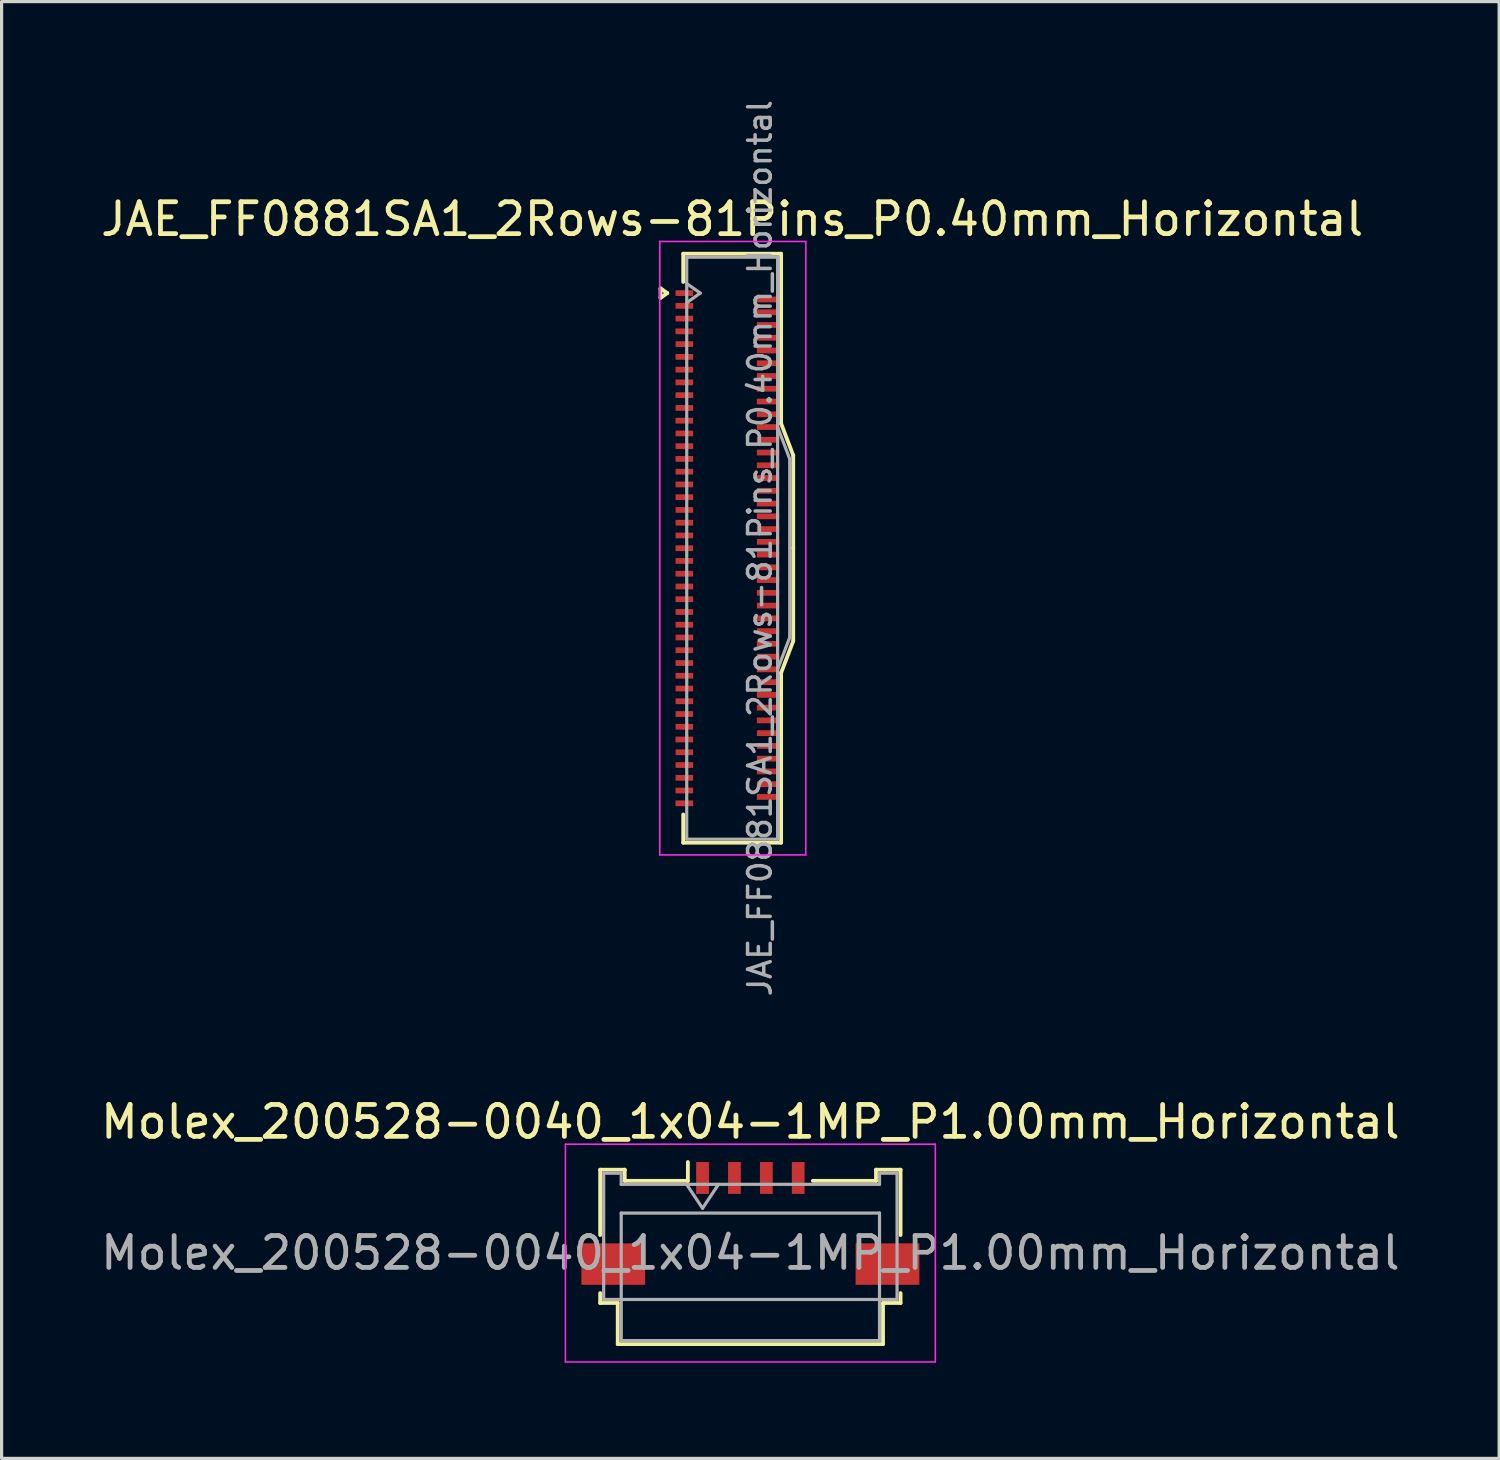
<source format=kicad_pcb>
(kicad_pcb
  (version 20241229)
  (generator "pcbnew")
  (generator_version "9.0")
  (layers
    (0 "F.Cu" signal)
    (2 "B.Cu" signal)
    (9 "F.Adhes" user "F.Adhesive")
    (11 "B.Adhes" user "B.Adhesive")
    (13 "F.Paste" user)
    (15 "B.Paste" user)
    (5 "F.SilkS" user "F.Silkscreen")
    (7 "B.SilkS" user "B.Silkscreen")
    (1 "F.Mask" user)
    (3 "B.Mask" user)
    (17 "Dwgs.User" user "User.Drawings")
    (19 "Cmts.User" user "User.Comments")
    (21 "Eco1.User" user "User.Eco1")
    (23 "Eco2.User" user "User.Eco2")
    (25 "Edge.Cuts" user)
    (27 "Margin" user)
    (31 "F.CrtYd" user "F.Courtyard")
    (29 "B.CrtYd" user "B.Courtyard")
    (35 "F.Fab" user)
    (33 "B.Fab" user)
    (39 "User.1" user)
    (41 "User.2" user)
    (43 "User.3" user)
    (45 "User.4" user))
  (footprint "JAE_FF0881SA1_2Rows-81Pins_P0.40mm_Horizontal"
    (layer "F.Cu")
    (at 19.761 14.142)
    (property "Reference" "JAE_FF0881SA1_2Rows-81Pins_P0.40mm_Horizontal" (at 0.15 -10.32 0) (layer "F.SilkS") (effects (font (size 1 1) (thickness 0.15))))
    (attr smd)
    (fp_line (start -2.097 -8.15) (end -1.885 -8) (stroke (width 0.12) (type solid)) (layer "F.SilkS"))
    (fp_line (start -2.097 -7.85) (end -2.097 -8.15) (stroke (width 0.12) (type solid)) (layer "F.SilkS"))
    (fp_line (start -1.885 -8) (end -2.097 -7.85) (stroke (width 0.12) (type solid)) (layer "F.SilkS"))
    (fp_line (start -1.385 -9.235) (end 1.685 -9.235) (stroke (width 0.12) (type solid)) (layer "F.SilkS"))
    (fp_line (start -1.385 -8.35) (end -1.385 -9.235) (stroke (width 0.12) (type solid)) (layer "F.SilkS"))
    (fp_line (start -1.385 8.35) (end -1.385 9.235) (stroke (width 0.12) (type solid)) (layer "F.SilkS"))
    (fp_line (start -1.385 9.235) (end 1.685 9.235) (stroke (width 0.12) (type solid)) (layer "F.SilkS"))
    (fp_line (start 1.685 -9.235) (end 1.685 -3.91) (stroke (width 0.12) (type solid)) (layer "F.SilkS"))
    (fp_line (start 1.685 -3.91) (end 2.065 -2.91) (stroke (width 0.12) (type solid)) (layer "F.SilkS"))
    (fp_line (start 1.685 3.91) (end 2.065 2.91) (stroke (width 0.12) (type solid)) (layer "F.SilkS"))
    (fp_line (start 1.685 9.235) (end 1.685 3.91) (stroke (width 0.12) (type solid)) (layer "F.SilkS"))
    (fp_line (start 2.065 -2.91) (end 2.065 0) (stroke (width 0.12) (type solid)) (layer "F.SilkS"))
    (fp_line (start 2.065 2.91) (end 2.065 0) (stroke (width 0.12) (type solid)) (layer "F.SilkS"))
    (fp_line (start -2.12 -9.62) (end -2.12 9.62) (stroke (width 0.05) (type solid)) (layer "F.CrtYd"))
    (fp_line (start -2.12 9.62) (end 2.46 9.62) (stroke (width 0.05) (type solid)) (layer "F.CrtYd"))
    (fp_line (start 2.46 -9.62) (end -2.12 -9.62) (stroke (width 0.05) (type solid)) (layer "F.CrtYd"))
    (fp_line (start 2.46 9.62) (end 2.46 -9.62) (stroke (width 0.05) (type solid)) (layer "F.CrtYd"))
    (fp_line (start -1.275 -9.125) (end -1.275 9.125) (stroke (width 0.1) (type solid)) (layer "F.Fab"))
    (fp_line (start -1.275 -8.3) (end -0.851 -8) (stroke (width 0.1) (type solid)) (layer "F.Fab"))
    (fp_line (start -1.275 9.125) (end 1.575 9.125) (stroke (width 0.1) (type solid)) (layer "F.Fab"))
    (fp_line (start -0.851 -8) (end -1.275 -7.7) (stroke (width 0.1) (type solid)) (layer "F.Fab"))
    (fp_line (start 1.575 -9.125) (end -1.275 -9.125) (stroke (width 0.1) (type solid)) (layer "F.Fab"))
    (fp_line (start 1.575 -3.8) (end 1.955 -2.8) (stroke (width 0.1) (type solid)) (layer "F.Fab"))
    (fp_line (start 1.575 9.125) (end 1.575 -9.125) (stroke (width 0.1) (type solid)) (layer "F.Fab"))
    (fp_line (start 1.955 -2.8) (end 1.955 2.8) (stroke (width 0.1) (type solid)) (layer "F.Fab"))
    (fp_line (start 1.955 2.8) (end 1.575 3.8) (stroke (width 0.1) (type solid)) (layer "F.Fab"))
    (fp_text user "${REFERENCE}" (at 1.02 0 90) (layer "F.Fab") (effects (font (size 0.71 0.71) (thickness 0.11))))
    (pad "1" smd rect (at -1.35 -8) (size 0.55 0.18) (layers "F.Cu" "F.Mask" "F.Paste"))
    (pad "2" smd rect (at 1.275 -7.8) (size 0.7 0.18) (layers "F.Cu" "F.Mask" "F.Paste"))
    (pad "3" smd rect (at -1.35 -7.6) (size 0.55 0.18) (layers "F.Cu" "F.Mask" "F.Paste"))
    (pad "4" smd rect (at 1.275 -7.4) (size 0.7 0.18) (layers "F.Cu" "F.Mask" "F.Paste"))
    (pad "5" smd rect (at -1.35 -7.2) (size 0.55 0.18) (layers "F.Cu" "F.Mask" "F.Paste"))
    (pad "6" smd rect (at 1.275 -7) (size 0.7 0.18) (layers "F.Cu" "F.Mask" "F.Paste"))
    (pad "7" smd rect (at -1.35 -6.8) (size 0.55 0.18) (layers "F.Cu" "F.Mask" "F.Paste"))
    (pad "8" smd rect (at 1.275 -6.6) (size 0.7 0.18) (layers "F.Cu" "F.Mask" "F.Paste"))
    (pad "9" smd rect (at -1.35 -6.4) (size 0.55 0.18) (layers "F.Cu" "F.Mask" "F.Paste"))
    (pad "10" smd rect (at 1.275 -6.2) (size 0.7 0.18) (layers "F.Cu" "F.Mask" "F.Paste"))
    (pad "11" smd rect (at -1.35 -6) (size 0.55 0.18) (layers "F.Cu" "F.Mask" "F.Paste"))
    (pad "12" smd rect (at 1.275 -5.8) (size 0.7 0.18) (layers "F.Cu" "F.Mask" "F.Paste"))
    (pad "13" smd rect (at -1.35 -5.6) (size 0.55 0.18) (layers "F.Cu" "F.Mask" "F.Paste"))
    (pad "14" smd rect (at 1.275 -5.4) (size 0.7 0.18) (layers "F.Cu" "F.Mask" "F.Paste"))
    (pad "15" smd rect (at -1.35 -5.2) (size 0.55 0.18) (layers "F.Cu" "F.Mask" "F.Paste"))
    (pad "16" smd rect (at 1.275 -5) (size 0.7 0.18) (layers "F.Cu" "F.Mask" "F.Paste"))
    (pad "17" smd rect (at -1.35 -4.8) (size 0.55 0.18) (layers "F.Cu" "F.Mask" "F.Paste"))
    (pad "18" smd rect (at 1.275 -4.6) (size 0.7 0.18) (layers "F.Cu" "F.Mask" "F.Paste"))
    (pad "19" smd rect (at -1.35 -4.4) (size 0.55 0.18) (layers "F.Cu" "F.Mask" "F.Paste"))
    (pad "20" smd rect (at 1.275 -4.2) (size 0.7 0.18) (layers "F.Cu" "F.Mask" "F.Paste"))
    (pad "21" smd rect (at -1.35 -4) (size 0.55 0.18) (layers "F.Cu" "F.Mask" "F.Paste"))
    (pad "22" smd rect (at 1.275 -3.8) (size 0.7 0.18) (layers "F.Cu" "F.Mask" "F.Paste"))
    (pad "23" smd rect (at -1.35 -3.6) (size 0.55 0.18) (layers "F.Cu" "F.Mask" "F.Paste"))
    (pad "24" smd rect (at 1.275 -3.4) (size 0.7 0.18) (layers "F.Cu" "F.Mask" "F.Paste"))
    (pad "25" smd rect (at -1.35 -3.2) (size 0.55 0.18) (layers "F.Cu" "F.Mask" "F.Paste"))
    (pad "26" smd rect (at 1.275 -3) (size 0.7 0.18) (layers "F.Cu" "F.Mask" "F.Paste"))
    (pad "27" smd rect (at -1.35 -2.8) (size 0.55 0.18) (layers "F.Cu" "F.Mask" "F.Paste"))
    (pad "28" smd rect (at 1.275 -2.6) (size 0.7 0.18) (layers "F.Cu" "F.Mask" "F.Paste"))
    (pad "29" smd rect (at -1.35 -2.4) (size 0.55 0.18) (layers "F.Cu" "F.Mask" "F.Paste"))
    (pad "30" smd rect (at 1.275 -2.2) (size 0.7 0.18) (layers "F.Cu" "F.Mask" "F.Paste"))
    (pad "31" smd rect (at -1.35 -2) (size 0.55 0.18) (layers "F.Cu" "F.Mask" "F.Paste"))
    (pad "32" smd rect (at 1.275 -1.8) (size 0.7 0.18) (layers "F.Cu" "F.Mask" "F.Paste"))
    (pad "33" smd rect (at -1.35 -1.6) (size 0.55 0.18) (layers "F.Cu" "F.Mask" "F.Paste"))
    (pad "34" smd rect (at 1.275 -1.4) (size 0.7 0.18) (layers "F.Cu" "F.Mask" "F.Paste"))
    (pad "35" smd rect (at -1.35 -1.2) (size 0.55 0.18) (layers "F.Cu" "F.Mask" "F.Paste"))
    (pad "36" smd rect (at 1.275 -1) (size 0.7 0.18) (layers "F.Cu" "F.Mask" "F.Paste"))
    (pad "37" smd rect (at -1.35 -0.8) (size 0.55 0.18) (layers "F.Cu" "F.Mask" "F.Paste"))
    (pad "38" smd rect (at 1.275 -0.6) (size 0.7 0.18) (layers "F.Cu" "F.Mask" "F.Paste"))
    (pad "39" smd rect (at -1.35 -0.4) (size 0.55 0.18) (layers "F.Cu" "F.Mask" "F.Paste"))
    (pad "40" smd rect (at 1.275 -0.2) (size 0.7 0.18) (layers "F.Cu" "F.Mask" "F.Paste"))
    (pad "41" smd rect (at -1.35 0) (size 0.55 0.18) (layers "F.Cu" "F.Mask" "F.Paste"))
    (pad "42" smd rect (at 1.275 0.2) (size 0.7 0.18) (layers "F.Cu" "F.Mask" "F.Paste"))
    (pad "43" smd rect (at -1.35 0.4) (size 0.55 0.18) (layers "F.Cu" "F.Mask" "F.Paste"))
    (pad "44" smd rect (at 1.275 0.6) (size 0.7 0.18) (layers "F.Cu" "F.Mask" "F.Paste"))
    (pad "45" smd rect (at -1.35 0.8) (size 0.55 0.18) (layers "F.Cu" "F.Mask" "F.Paste"))
    (pad "46" smd rect (at 1.275 1) (size 0.7 0.18) (layers "F.Cu" "F.Mask" "F.Paste"))
    (pad "47" smd rect (at -1.35 1.2) (size 0.55 0.18) (layers "F.Cu" "F.Mask" "F.Paste"))
    (pad "48" smd rect (at 1.275 1.4) (size 0.7 0.18) (layers "F.Cu" "F.Mask" "F.Paste"))
    (pad "49" smd rect (at -1.35 1.6) (size 0.55 0.18) (layers "F.Cu" "F.Mask" "F.Paste"))
    (pad "50" smd rect (at 1.275 1.8) (size 0.7 0.18) (layers "F.Cu" "F.Mask" "F.Paste"))
    (pad "51" smd rect (at -1.35 2) (size 0.55 0.18) (layers "F.Cu" "F.Mask" "F.Paste"))
    (pad "52" smd rect (at 1.275 2.2) (size 0.7 0.18) (layers "F.Cu" "F.Mask" "F.Paste"))
    (pad "53" smd rect (at -1.35 2.4) (size 0.55 0.18) (layers "F.Cu" "F.Mask" "F.Paste"))
    (pad "54" smd rect (at 1.275 2.6) (size 0.7 0.18) (layers "F.Cu" "F.Mask" "F.Paste"))
    (pad "55" smd rect (at -1.35 2.8) (size 0.55 0.18) (layers "F.Cu" "F.Mask" "F.Paste"))
    (pad "56" smd rect (at 1.275 3) (size 0.7 0.18) (layers "F.Cu" "F.Mask" "F.Paste"))
    (pad "57" smd rect (at -1.35 3.2) (size 0.55 0.18) (layers "F.Cu" "F.Mask" "F.Paste"))
    (pad "58" smd rect (at 1.275 3.4) (size 0.7 0.18) (layers "F.Cu" "F.Mask" "F.Paste"))
    (pad "59" smd rect (at -1.35 3.6) (size 0.55 0.18) (layers "F.Cu" "F.Mask" "F.Paste"))
    (pad "60" smd rect (at 1.275 3.8) (size 0.7 0.18) (layers "F.Cu" "F.Mask" "F.Paste"))
    (pad "61" smd rect (at -1.35 4) (size 0.55 0.18) (layers "F.Cu" "F.Mask" "F.Paste"))
    (pad "62" smd rect (at 1.275 4.2) (size 0.7 0.18) (layers "F.Cu" "F.Mask" "F.Paste"))
    (pad "63" smd rect (at -1.35 4.4) (size 0.55 0.18) (layers "F.Cu" "F.Mask" "F.Paste"))
    (pad "64" smd rect (at 1.275 4.6) (size 0.7 0.18) (layers "F.Cu" "F.Mask" "F.Paste"))
    (pad "65" smd rect (at -1.35 4.8) (size 0.55 0.18) (layers "F.Cu" "F.Mask" "F.Paste"))
    (pad "66" smd rect (at 1.275 5) (size 0.7 0.18) (layers "F.Cu" "F.Mask" "F.Paste"))
    (pad "67" smd rect (at -1.35 5.2) (size 0.55 0.18) (layers "F.Cu" "F.Mask" "F.Paste"))
    (pad "68" smd rect (at 1.275 5.4) (size 0.7 0.18) (layers "F.Cu" "F.Mask" "F.Paste"))
    (pad "69" smd rect (at -1.35 5.6) (size 0.55 0.18) (layers "F.Cu" "F.Mask" "F.Paste"))
    (pad "70" smd rect (at 1.275 5.8) (size 0.7 0.18) (layers "F.Cu" "F.Mask" "F.Paste"))
    (pad "71" smd rect (at -1.35 6) (size 0.55 0.18) (layers "F.Cu" "F.Mask" "F.Paste"))
    (pad "72" smd rect (at 1.275 6.2) (size 0.7 0.18) (layers "F.Cu" "F.Mask" "F.Paste"))
    (pad "73" smd rect (at -1.35 6.4) (size 0.55 0.18) (layers "F.Cu" "F.Mask" "F.Paste"))
    (pad "74" smd rect (at 1.275 6.6) (size 0.7 0.18) (layers "F.Cu" "F.Mask" "F.Paste"))
    (pad "75" smd rect (at -1.35 6.8) (size 0.55 0.18) (layers "F.Cu" "F.Mask" "F.Paste"))
    (pad "76" smd rect (at 1.275 7) (size 0.7 0.18) (layers "F.Cu" "F.Mask" "F.Paste"))
    (pad "77" smd rect (at -1.35 7.2) (size 0.55 0.18) (layers "F.Cu" "F.Mask" "F.Paste"))
    (pad "78" smd rect (at 1.275 7.4) (size 0.7 0.18) (layers "F.Cu" "F.Mask" "F.Paste"))
    (pad "79" smd rect (at -1.35 7.6) (size 0.55 0.18) (layers "F.Cu" "F.Mask" "F.Paste"))
    (pad "80" smd rect (at 1.275 7.8) (size 0.7 0.18) (layers "F.Cu" "F.Mask" "F.Paste"))
    (pad "81" smd rect (at -1.35 8) (size 0.55 0.18) (layers "F.Cu" "F.Mask" "F.Paste")))
  (footprint "Molex_200528-0040_1x04-1MP_P1.00mm_Horizontal"
    (layer "F.Cu")
    (at 20.482 34.802)
    (property "Reference" "Molex_200528-0040_1x04-1MP_P1.00mm_Horizontal" (at 0 -2.67 0) (layer "F.SilkS") (effects (font (size 1 1) (thickness 0.15))))
    (attr smd)
    (fp_line (start -4.71 -1.17) (end -4.71 0.88) (stroke (width 0.12) (type solid)) (layer "F.SilkS"))
    (fp_line (start -4.71 2.7) (end -4.71 3.01) (stroke (width 0.12) (type solid)) (layer "F.SilkS"))
    (fp_line (start -4.71 3.01) (end -4.16 3.01) (stroke (width 0.12) (type solid)) (layer "F.SilkS"))
    (fp_line (start -4.16 3.01) (end -4.16 4.3) (stroke (width 0.12) (type solid)) (layer "F.SilkS"))
    (fp_line (start -4.16 4.3) (end 4.16 4.3) (stroke (width 0.12) (type solid)) (layer "F.SilkS"))
    (fp_line (start -3.94 -1.17) (end -4.71 -1.17) (stroke (width 0.12) (type solid)) (layer "F.SilkS"))
    (fp_line (start -3.94 -0.82) (end -3.94 -1.17) (stroke (width 0.12) (type solid)) (layer "F.SilkS"))
    (fp_line (start -1.96 -1.41) (end -1.96 -0.82) (stroke (width 0.12) (type solid)) (layer "F.SilkS"))
    (fp_line (start -1.96 -0.82) (end -3.94 -0.82) (stroke (width 0.12) (type solid)) (layer "F.SilkS"))
    (fp_line (start 3.94 -1.17) (end 3.94 -0.82) (stroke (width 0.12) (type solid)) (layer "F.SilkS"))
    (fp_line (start 3.94 -0.82) (end 1.96 -0.82) (stroke (width 0.12) (type solid)) (layer "F.SilkS"))
    (fp_line (start 4.16 3.01) (end 4.71 3.01) (stroke (width 0.12) (type solid)) (layer "F.SilkS"))
    (fp_line (start 4.16 4.3) (end 4.16 3.01) (stroke (width 0.12) (type solid)) (layer "F.SilkS"))
    (fp_line (start 4.71 -1.17) (end 3.94 -1.17) (stroke (width 0.12) (type solid)) (layer "F.SilkS"))
    (fp_line (start 4.71 0.88) (end 4.71 -1.17) (stroke (width 0.12) (type solid)) (layer "F.SilkS"))
    (fp_line (start 4.71 3.01) (end 4.71 2.7) (stroke (width 0.12) (type solid)) (layer "F.SilkS"))
    (fp_line (start -5.8 -1.97) (end -5.8 4.86) (stroke (width 0.05) (type solid)) (layer "F.CrtYd"))
    (fp_line (start -5.8 4.86) (end 5.8 4.86) (stroke (width 0.05) (type solid)) (layer "F.CrtYd"))
    (fp_line (start 5.8 -1.97) (end -5.8 -1.97) (stroke (width 0.05) (type solid)) (layer "F.CrtYd"))
    (fp_line (start 5.8 4.86) (end 5.8 -1.97) (stroke (width 0.05) (type solid)) (layer "F.CrtYd"))
    (fp_line (start -4.6 -1.06) (end -4.6 2.9) (stroke (width 0.1) (type solid)) (layer "F.Fab"))
    (fp_line (start -4.6 2.9) (end 4.6 2.9) (stroke (width 0.1) (type solid)) (layer "F.Fab"))
    (fp_line (start -4.05 -1.06) (end -4.6 -1.06) (stroke (width 0.1) (type solid)) (layer "F.Fab"))
    (fp_line (start -4.05 -0.71) (end -4.05 -1.06) (stroke (width 0.1) (type solid)) (layer "F.Fab"))
    (fp_line (start -4.05 0.19) (end -4.05 4.19) (stroke (width 0.1) (type solid)) (layer "F.Fab"))
    (fp_line (start -4.05 4.19) (end 4.05 4.19) (stroke (width 0.1) (type solid)) (layer "F.Fab"))
    (fp_line (start -2 -0.71) (end -1.5 0.04) (stroke (width 0.1) (type solid)) (layer "F.Fab"))
    (fp_line (start -1.5 0.04) (end -1 -0.71) (stroke (width 0.1) (type solid)) (layer "F.Fab"))
    (fp_line (start 4.05 -1.06) (end 4.05 -0.71) (stroke (width 0.1) (type solid)) (layer "F.Fab"))
    (fp_line (start 4.05 -0.71) (end -4.05 -0.71) (stroke (width 0.1) (type solid)) (layer "F.Fab"))
    (fp_line (start 4.05 0.19) (end -4.05 0.19) (stroke (width 0.1) (type solid)) (layer "F.Fab"))
    (fp_line (start 4.05 4.19) (end 4.05 0.19) (stroke (width 0.1) (type solid)) (layer "F.Fab"))
    (fp_line (start 4.6 -1.06) (end 4.05 -1.06) (stroke (width 0.1) (type solid)) (layer "F.Fab"))
    (fp_line (start 4.6 2.9) (end 4.6 -1.06) (stroke (width 0.1) (type solid)) (layer "F.Fab"))
    (fp_text user "${REFERENCE}" (at 0 1.44 0) (layer "F.Fab") (effects (font (size 1 1) (thickness 0.15))))
    (pad "1" smd rect (at -1.5 -0.91) (size 0.4 1) (layers "F.Cu" "F.Mask" "F.Paste"))
    (pad "2" smd rect (at -0.5 -0.91) (size 0.4 1) (layers "F.Cu" "F.Mask" "F.Paste"))
    (pad "3" smd rect (at 0.5 -0.91) (size 0.4 1) (layers "F.Cu" "F.Mask" "F.Paste"))
    (pad "4" smd rect (at 1.5 -0.91) (size 0.4 1) (layers "F.Cu" "F.Mask" "F.Paste"))
    (pad "MP" smd rect (at -4.3 1.79) (size 2 1.3) (layers "F.Cu" "F.Mask" "F.Paste"))
    (pad "MP" smd rect (at 4.3 1.79) (size 2 1.3) (layers "F.Cu" "F.Mask" "F.Paste")))
  (gr_rect
    (start -3 -3)
    (end 43.964 42.687)
    (stroke (width 0.1) (type default))
    (fill no)
    (layer "Edge.Cuts")))
</source>
